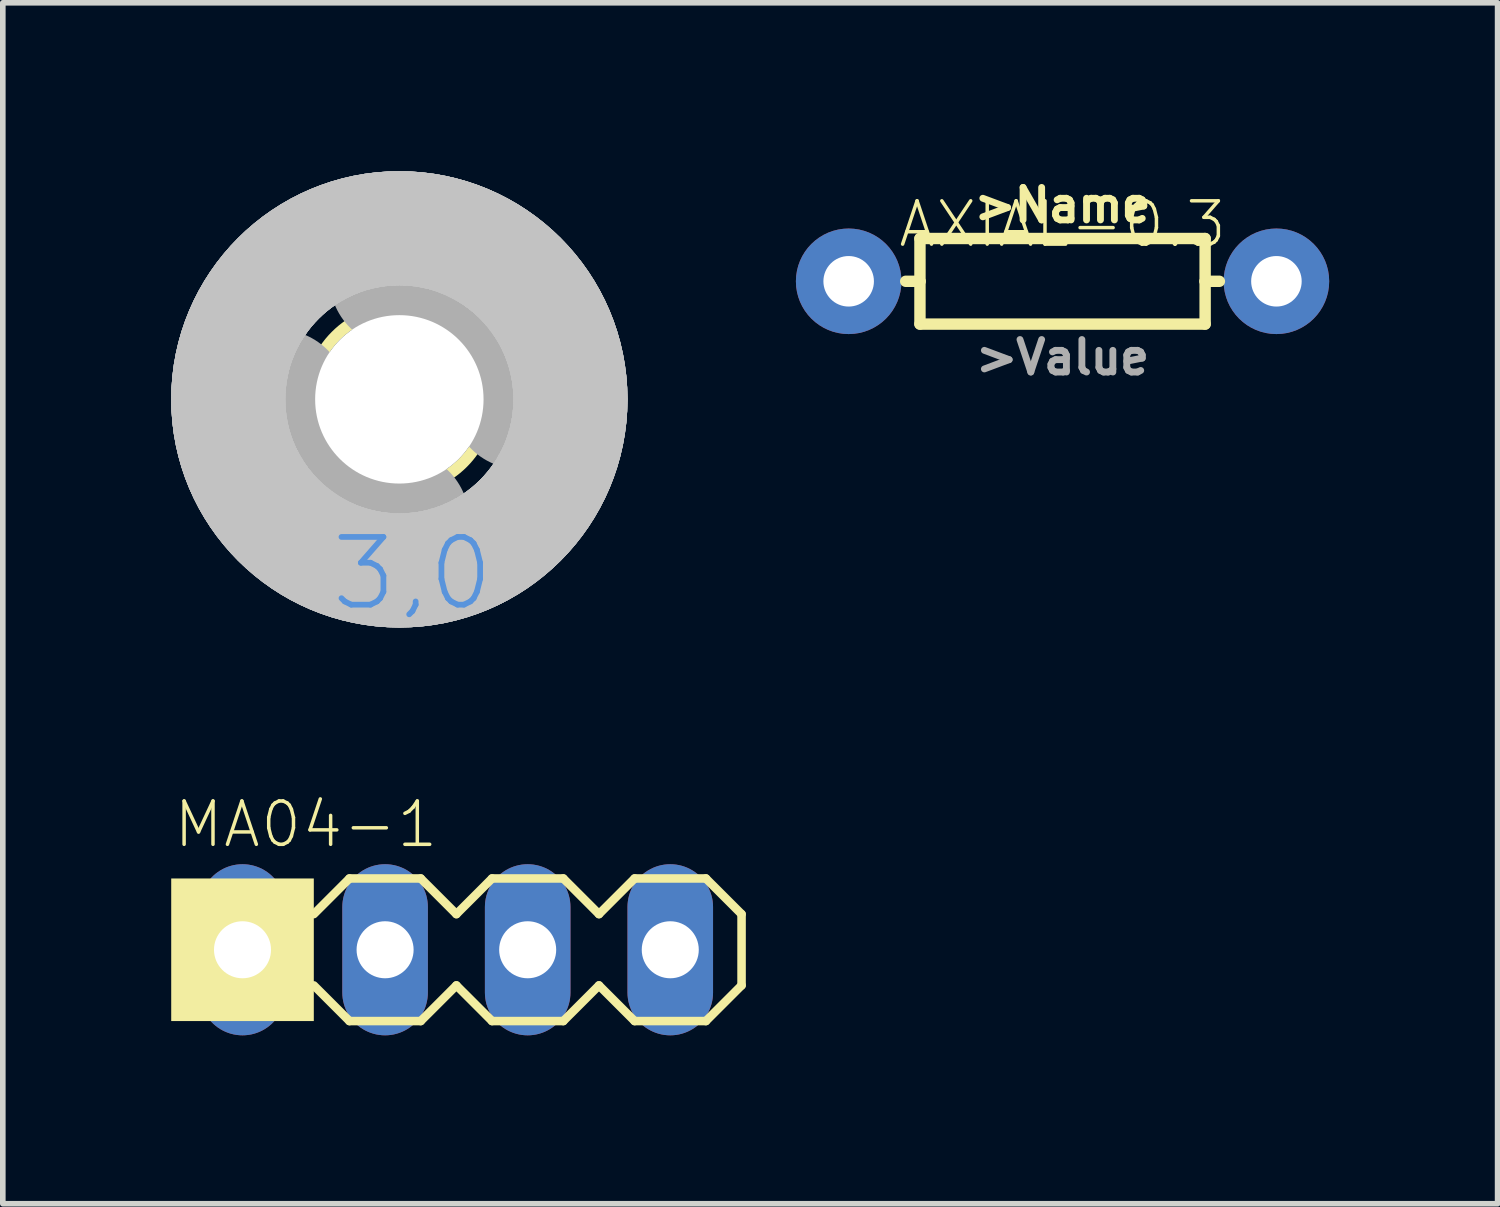
<source format=kicad_pcb>
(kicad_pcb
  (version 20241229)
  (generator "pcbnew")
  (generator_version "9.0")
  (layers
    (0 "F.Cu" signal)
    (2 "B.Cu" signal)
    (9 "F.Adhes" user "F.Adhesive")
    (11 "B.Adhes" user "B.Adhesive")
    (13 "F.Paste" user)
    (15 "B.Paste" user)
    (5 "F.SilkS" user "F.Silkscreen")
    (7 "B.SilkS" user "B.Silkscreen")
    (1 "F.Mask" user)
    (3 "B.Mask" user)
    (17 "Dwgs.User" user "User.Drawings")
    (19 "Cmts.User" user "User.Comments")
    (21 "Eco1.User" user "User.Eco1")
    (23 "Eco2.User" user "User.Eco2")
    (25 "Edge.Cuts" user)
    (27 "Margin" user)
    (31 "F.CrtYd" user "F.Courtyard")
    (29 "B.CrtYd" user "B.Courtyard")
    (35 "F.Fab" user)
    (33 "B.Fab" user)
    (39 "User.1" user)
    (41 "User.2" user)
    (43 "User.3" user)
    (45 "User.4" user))
  (footprint "3,0"
    (layer "F.Cu")
    (at 4.064 4.064)
    (property "Reference" "3,0" (at 0 0 0) (layer "F.SilkS") (effects (font (size 1.27 1.27) (thickness 0.15))))
    (attr through_hole)
    (fp_circle (center 0 0) (end 1.6 0) (stroke (width 0.203) (type solid)) (fill no) (layer "F.SilkS"))
    (fp_circle (center 0 0) (end 3.429 0) (stroke (width 0.152) (type solid)) (fill no) (layer "F.SilkS"))
    (fp_circle (center 0 0) (end 3.048 0) (stroke (width 2.032) (type solid)) (fill no) (layer "Dwgs.User"))
    (fp_circle (center 0 0) (end 3.048 0) (stroke (width 2.032) (type solid)) (fill no) (layer "Dwgs.User"))
    (fp_circle (center 0 0) (end 3.048 0) (stroke (width 2.032) (type solid)) (fill no) (layer "Dwgs.User"))
    (fp_circle (center 0 0) (end 3.048 0) (stroke (width 2.032) (type solid)) (fill no) (layer "Dwgs.User"))
    (fp_circle (center 0 0) (end 3.048 0) (stroke (width 2.032) (type solid)) (fill no) (layer "Dwgs.User"))
    (fp_arc (start 0 -2.159) (mid 1.526644 -1.526644) (end 2.159 0) (stroke (width 2.4892) (type solid)) (layer "F.Fab"))
    (fp_arc (start 0 2.159) (mid -1.526644 1.526644) (end -2.159 0) (stroke (width 2.4892) (type solid)) (layer "F.Fab"))
    (fp_circle (center 0 0) (end 0.762 0) (stroke (width 0.457) (type solid)) (fill no) (layer "F.Fab"))
    (fp_text user "3,0" (at -1.27 3.81 0) (layer "Cmts.User") (effects (font (size 1.206 1.206) (thickness 0.102)) (justify left bottom)))
    (pad "" np_thru_hole circle (at 0 0) (size 3 3) (drill 3) (layers "*.Cu" "*.Mask")))
  (footprint "MA04-1"
    (layer "F.Cu")
    (at 5.08 13.869)
    (property "Reference" "MA04-1" (at -5.075 -1.781 0) (layer "F.SilkS") (effects (font (size 0.772 0.772) (thickness 0.062)) (justify left bottom)))
    (attr through_hole)
    (fp_line (start -2.54 -0.635) (end -1.905 -1.27) (stroke (width 0.152) (type solid)) (layer "F.SilkS"))
    (fp_line (start -1.905 -1.27) (end -0.635 -1.27) (stroke (width 0.152) (type solid)) (layer "F.SilkS"))
    (fp_line (start -1.905 1.27) (end -2.54 0.635) (stroke (width 0.152) (type solid)) (layer "F.SilkS"))
    (fp_line (start -0.635 -1.27) (end 0 -0.635) (stroke (width 0.152) (type solid)) (layer "F.SilkS"))
    (fp_line (start -0.635 1.27) (end -1.905 1.27) (stroke (width 0.152) (type solid)) (layer "F.SilkS"))
    (fp_line (start 0 -0.635) (end 0.635 -1.27) (stroke (width 0.152) (type solid)) (layer "F.SilkS"))
    (fp_line (start 0 0.635) (end -0.635 1.27) (stroke (width 0.152) (type solid)) (layer "F.SilkS"))
    (fp_line (start 0.635 -1.27) (end 1.905 -1.27) (stroke (width 0.152) (type solid)) (layer "F.SilkS"))
    (fp_line (start 0.635 1.27) (end 0 0.635) (stroke (width 0.152) (type solid)) (layer "F.SilkS"))
    (fp_line (start 1.905 -1.27) (end 2.54 -0.635) (stroke (width 0.152) (type solid)) (layer "F.SilkS"))
    (fp_line (start 1.905 1.27) (end 0.635 1.27) (stroke (width 0.152) (type solid)) (layer "F.SilkS"))
    (fp_line (start 2.54 0.635) (end 1.905 1.27) (stroke (width 0.152) (type solid)) (layer "F.SilkS"))
    (fp_line (start 2.54 0.635) (end 3.175 1.27) (stroke (width 0.152) (type solid)) (layer "F.SilkS"))
    (fp_line (start 3.175 -1.27) (end 2.54 -0.635) (stroke (width 0.152) (type solid)) (layer "F.SilkS"))
    (fp_line (start 3.175 -1.27) (end 4.445 -1.27) (stroke (width 0.152) (type solid)) (layer "F.SilkS"))
    (fp_line (start 4.445 -1.27) (end 5.08 -0.635) (stroke (width 0.152) (type solid)) (layer "F.SilkS"))
    (fp_line (start 4.445 1.27) (end 3.175 1.27) (stroke (width 0.152) (type solid)) (layer "F.SilkS"))
    (fp_line (start 5.08 -0.635) (end 5.08 0.635) (stroke (width 0.152) (type solid)) (layer "F.SilkS"))
    (fp_line (start 5.08 0.635) (end 4.445 1.27) (stroke (width 0.152) (type solid)) (layer "F.SilkS"))
    (fp_poly (pts (xy -5.08 1.27) (xy -2.54 1.27) (xy -2.54 -1.27) (xy -5.08 -1.27)) (stroke (width 0) (type solid)) (fill yes) (layer "F.SilkS"))
    (fp_poly (pts (xy -4.064 0.254) (xy -3.556 0.254) (xy -3.556 -0.254) (xy -4.064 -0.254)) (stroke (width 0.1) (type solid)) (fill no) (layer "F.Fab"))
    (fp_poly (pts (xy -1.524 0.254) (xy -1.016 0.254) (xy -1.016 -0.254) (xy -1.524 -0.254)) (stroke (width 0.1) (type solid)) (fill no) (layer "F.Fab"))
    (fp_poly (pts (xy 1.016 0.254) (xy 1.524 0.254) (xy 1.524 -0.254) (xy 1.016 -0.254)) (stroke (width 0.1) (type solid)) (fill no) (layer "F.Fab"))
    (fp_poly (pts (xy 3.556 0.254) (xy 4.064 0.254) (xy 4.064 -0.254) (xy 3.556 -0.254)) (stroke (width 0.1) (type solid)) (fill no) (layer "F.Fab"))
    (pad "1" thru_hole oval (at -3.81 0 90) (size 3.048 1.524) (drill 1.016) (layers "*.Cu" "*.Mask"))
    (pad "2" thru_hole oval (at -1.27 0 90) (size 3.048 1.524) (drill 1.016) (layers "*.Cu" "*.Mask"))
    (pad "3" thru_hole oval (at 1.27 0 90) (size 3.048 1.524) (drill 1.016) (layers "*.Cu" "*.Mask"))
    (pad "4" thru_hole oval (at 3.81 0 90) (size 3.048 1.524) (drill 1.016) (layers "*.Cu" "*.Mask")))
  (footprint "AXIAL-0.3"
    (layer "F.Cu")
    (at 15.878 1.961)
    (property "Reference" "AXIAL-0.3" (at 0 -1.016 180) (layer "F.SilkS") (effects (font (size 0.772 0.772) (thickness 0.062))))
    (attr through_hole)
    (fp_line (start -2.54 -0.762) (end 2.54 -0.762) (stroke (width 0.203) (type solid)) (layer "F.SilkS"))
    (fp_line (start -2.54 0) (end -2.794 0) (stroke (width 0.203) (type solid)) (layer "F.SilkS"))
    (fp_line (start -2.54 0) (end -2.54 -0.762) (stroke (width 0.203) (type solid)) (layer "F.SilkS"))
    (fp_line (start -2.54 0.762) (end -2.54 0) (stroke (width 0.203) (type solid)) (layer "F.SilkS"))
    (fp_line (start 2.54 -0.762) (end 2.54 0) (stroke (width 0.203) (type solid)) (layer "F.SilkS"))
    (fp_line (start 2.54 0) (end 2.54 0.762) (stroke (width 0.203) (type solid)) (layer "F.SilkS"))
    (fp_line (start 2.54 0) (end 2.794 0) (stroke (width 0.203) (type solid)) (layer "F.SilkS"))
    (fp_line (start 2.54 0.762) (end -2.54 0.762) (stroke (width 0.203) (type solid)) (layer "F.SilkS"))
    (fp_text user ">Name" (at 0 -1.016 0) (layer "F.SilkS") (effects (font (size 0.579 0.579) (thickness 0.122)) (justify bottom)))
    (fp_text user ">Value" (at 0 1.016 0) (layer "F.Fab") (effects (font (size 0.579 0.579) (thickness 0.122)) (justify top)))
    (pad "P$1" thru_hole circle (at -3.81 0) (size 1.88 1.88) (drill 0.9) (layers "*.Cu" "*.Mask"))
    (pad "P$2" thru_hole circle (at 3.81 0) (size 1.88 1.88) (drill 0.9) (layers "*.Cu" "*.Mask")))
  (gr_rect
    (start -3 -3)
    (end 23.628 18.393)
    (stroke (width 0.1) (type default))
    (fill no)
    (layer "Edge.Cuts")))
</source>
